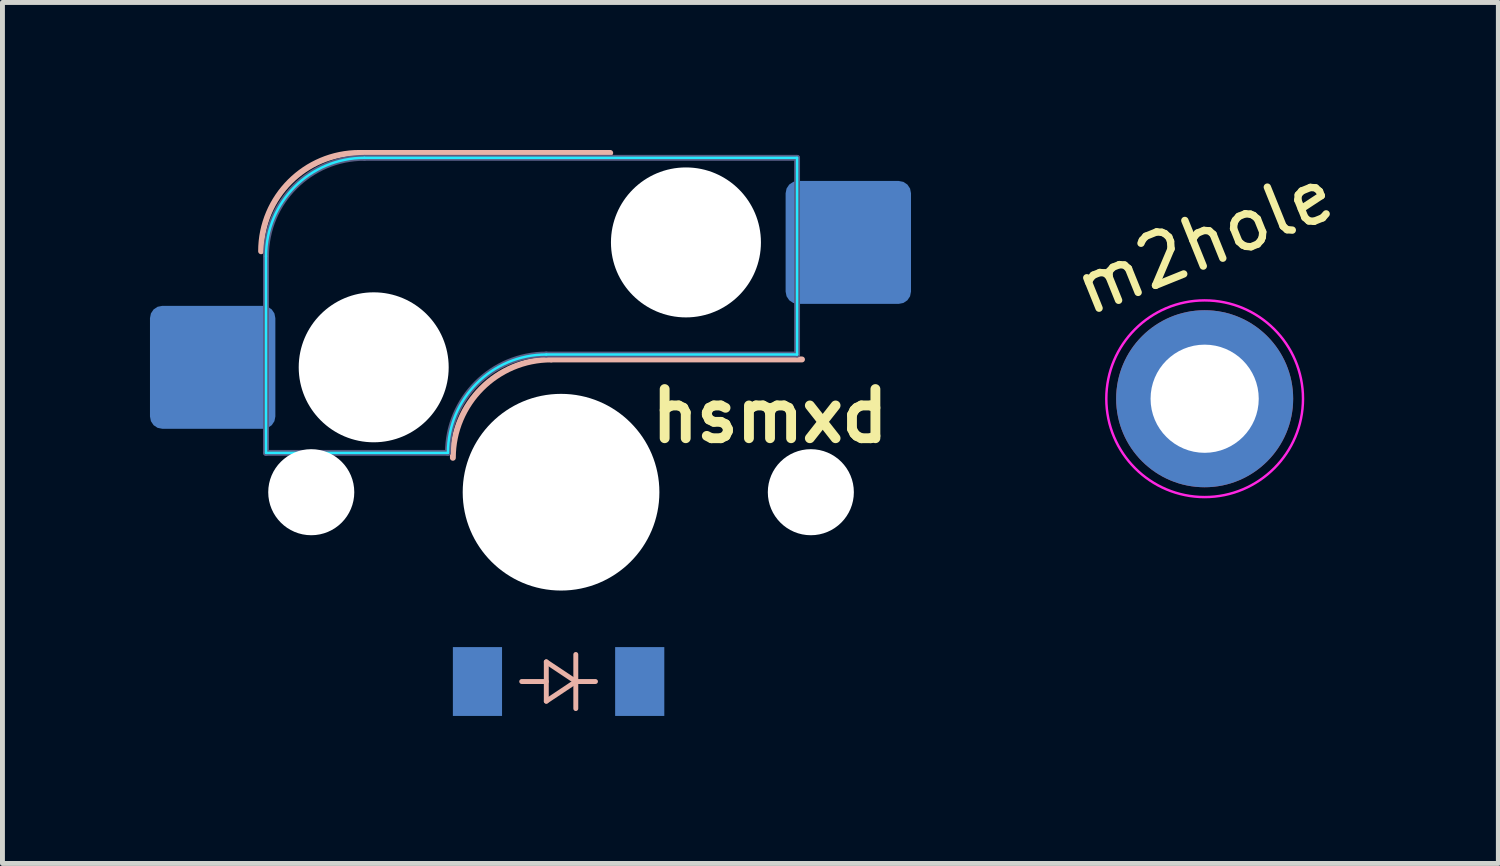
<source format=kicad_pcb>
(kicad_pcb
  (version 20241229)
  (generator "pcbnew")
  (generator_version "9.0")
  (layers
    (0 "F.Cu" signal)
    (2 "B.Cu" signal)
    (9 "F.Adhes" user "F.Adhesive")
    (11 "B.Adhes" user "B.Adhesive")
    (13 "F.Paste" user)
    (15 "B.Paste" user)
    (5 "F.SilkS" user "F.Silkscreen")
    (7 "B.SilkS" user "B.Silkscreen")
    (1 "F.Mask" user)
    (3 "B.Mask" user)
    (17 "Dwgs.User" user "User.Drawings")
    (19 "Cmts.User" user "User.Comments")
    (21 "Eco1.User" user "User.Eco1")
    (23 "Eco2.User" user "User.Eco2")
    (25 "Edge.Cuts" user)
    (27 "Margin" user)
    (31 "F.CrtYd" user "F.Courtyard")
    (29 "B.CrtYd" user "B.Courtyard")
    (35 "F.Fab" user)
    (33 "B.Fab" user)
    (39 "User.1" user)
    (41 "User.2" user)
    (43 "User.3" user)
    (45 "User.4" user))
  (footprint "m2hole"
    (layer "F.Cu")
    (at 21.449 5.059)
    (property "Reference" "m2hole" (at 0 -3.2 22) (layer "F.SilkS") (effects (font (size 1 1) (thickness 0.15))))
    (fp_circle (center 0 0) (end 2 0) (stroke (width 0.05) (type solid)) (fill no) (layer "F.CrtYd"))
    (pad "1" thru_hole circle (at 0 0 22) (size 3.6 3.6) (drill 2.2) (layers "*.Cu" "*.Mask")))
  (footprint "hsmxd"
    (layer "F.Cu")
    (at 8.36 6.96)
    (property "Reference" "hsmxd" (at 4.25 -1.55 0) (layer "F.SilkS") (effects (font (size 1 1) (thickness 0.2) (bold yes))))
    (attr smd through_hole)
    (fp_line (start -4.1 -6.9) (end 1 -6.9) (stroke (width 0.12) (type solid)) (layer "B.SilkS"))
    (fp_line (start -0.3 3.45) (end 0.3 3.85) (stroke (width 0.1) (type solid)) (layer "B.SilkS"))
    (fp_line (start -0.3 3.85) (end -0.8 3.85) (stroke (width 0.1) (type solid)) (layer "B.SilkS"))
    (fp_line (start -0.3 4.25) (end -0.3 3.45) (stroke (width 0.1) (type solid)) (layer "B.SilkS"))
    (fp_line (start -0.2 -2.7) (end 4.9 -2.7) (stroke (width 0.12) (type solid)) (layer "B.SilkS"))
    (fp_line (start 0.3 3.85) (end -0.3 4.25) (stroke (width 0.1) (type solid)) (layer "B.SilkS"))
    (fp_line (start 0.3 3.85) (end 0.3 3.3) (stroke (width 0.1) (type solid)) (layer "B.SilkS"))
    (fp_line (start 0.3 3.85) (end 0.3 4.4) (stroke (width 0.1) (type solid)) (layer "B.SilkS"))
    (fp_line (start 0.7 3.85) (end 0.3 3.85) (stroke (width 0.1) (type solid)) (layer "B.SilkS"))
    (fp_arc (start -6.1 -4.9) (mid -5.514214 -6.314214) (end -4.1 -6.9) (stroke (width 0.12) (type solid)) (layer "B.SilkS"))
    (fp_arc (start -2.2 -0.7) (mid -1.614214 -2.114214) (end -0.2 -2.7) (stroke (width 0.12) (type solid)) (layer "B.SilkS"))
    (fp_line (start -6 -0.8) (end -6 -4.8) (stroke (width 0.05) (type solid)) (layer "B.CrtYd"))
    (fp_line (start -6 -0.8) (end -2.3 -0.8) (stroke (width 0.05) (type solid)) (layer "B.CrtYd"))
    (fp_line (start -4 -6.8) (end 4.8 -6.8) (stroke (width 0.05) (type solid)) (layer "B.CrtYd"))
    (fp_line (start -0.3 -2.8) (end 4.8 -2.8) (stroke (width 0.05) (type solid)) (layer "B.CrtYd"))
    (fp_line (start 4.8 -6.8) (end 4.8 -2.8) (stroke (width 0.05) (type solid)) (layer "B.CrtYd"))
    (fp_arc (start -6 -4.8) (mid -5.414214 -6.214214) (end -4 -6.8) (stroke (width 0.05) (type solid)) (layer "B.CrtYd"))
    (fp_arc (start -2.3 -0.8) (mid -1.714214 -2.214214) (end -0.3 -2.8) (stroke (width 0.05) (type solid)) (layer "B.CrtYd"))
    (fp_line (start -6 -0.8) (end -6 -4.8) (stroke (width 0.12) (type solid)) (layer "B.Fab"))
    (fp_line (start -6 -0.8) (end -2.3 -0.8) (stroke (width 0.12) (type solid)) (layer "B.Fab"))
    (fp_line (start -4 -6.8) (end 4.8 -6.8) (stroke (width 0.12) (type solid)) (layer "B.Fab"))
    (fp_line (start -0.3 -2.8) (end 4.8 -2.8) (stroke (width 0.12) (type solid)) (layer "B.Fab"))
    (fp_line (start 4.8 -6.8) (end 4.8 -2.8) (stroke (width 0.12) (type solid)) (layer "B.Fab"))
    (fp_arc (start -6 -4.8) (mid -5.414214 -6.214214) (end -4 -6.8) (stroke (width 0.12) (type solid)) (layer "B.Fab"))
    (fp_arc (start -2.3 -0.8) (mid -1.714214 -2.214214) (end -0.3 -2.8) (stroke (width 0.12) (type solid)) (layer "B.Fab"))
    (pad "" np_thru_hole circle (at -5.08 0) (size 1.75 1.75) (drill 1.75) (layers "*.Cu" "*.Mask"))
    (pad "" np_thru_hole circle (at -3.81 -2.54) (size 3.05 3.05) (drill 3.05) (layers "*.Cu" "*.Mask"))
    (pad "" np_thru_hole circle (at 0 0) (size 4 4) (drill 4) (layers "*.Cu" "*.Mask"))
    (pad "" np_thru_hole circle (at 2.54 -5.08) (size 3.05 3.05) (drill 3.05) (layers "*.Cu" "*.Mask"))
    (pad "" np_thru_hole circle (at 5.08 0) (size 1.75 1.75) (drill 1.75) (layers "*.Cu" "*.Mask"))
    (pad "1" smd rect (at 1.6 3.85 180) (size 1 1.4) (layers "B.Cu" "B.Mask" "B.Paste"))
    (pad "1" smd roundrect (at 5.842 -5.08) (size 2.55 2.5) (layers "B.Cu" "B.Mask" "B.Paste") (roundrect_rratio 0.1))
    (pad "2" smd roundrect (at -7.085 -2.54) (size 2.55 2.5) (layers "B.Cu" "B.Mask" "B.Paste") (roundrect_rratio 0.1))
    (pad "2" smd rect (at -1.7 3.85 180) (size 1 1.4) (layers "B.Cu" "B.Mask" "B.Paste")))
  (gr_rect
    (start -3 -3)
    (end 27.422 14.51)
    (stroke (width 0.1) (type default))
    (fill no)
    (layer "Edge.Cuts")))
</source>
